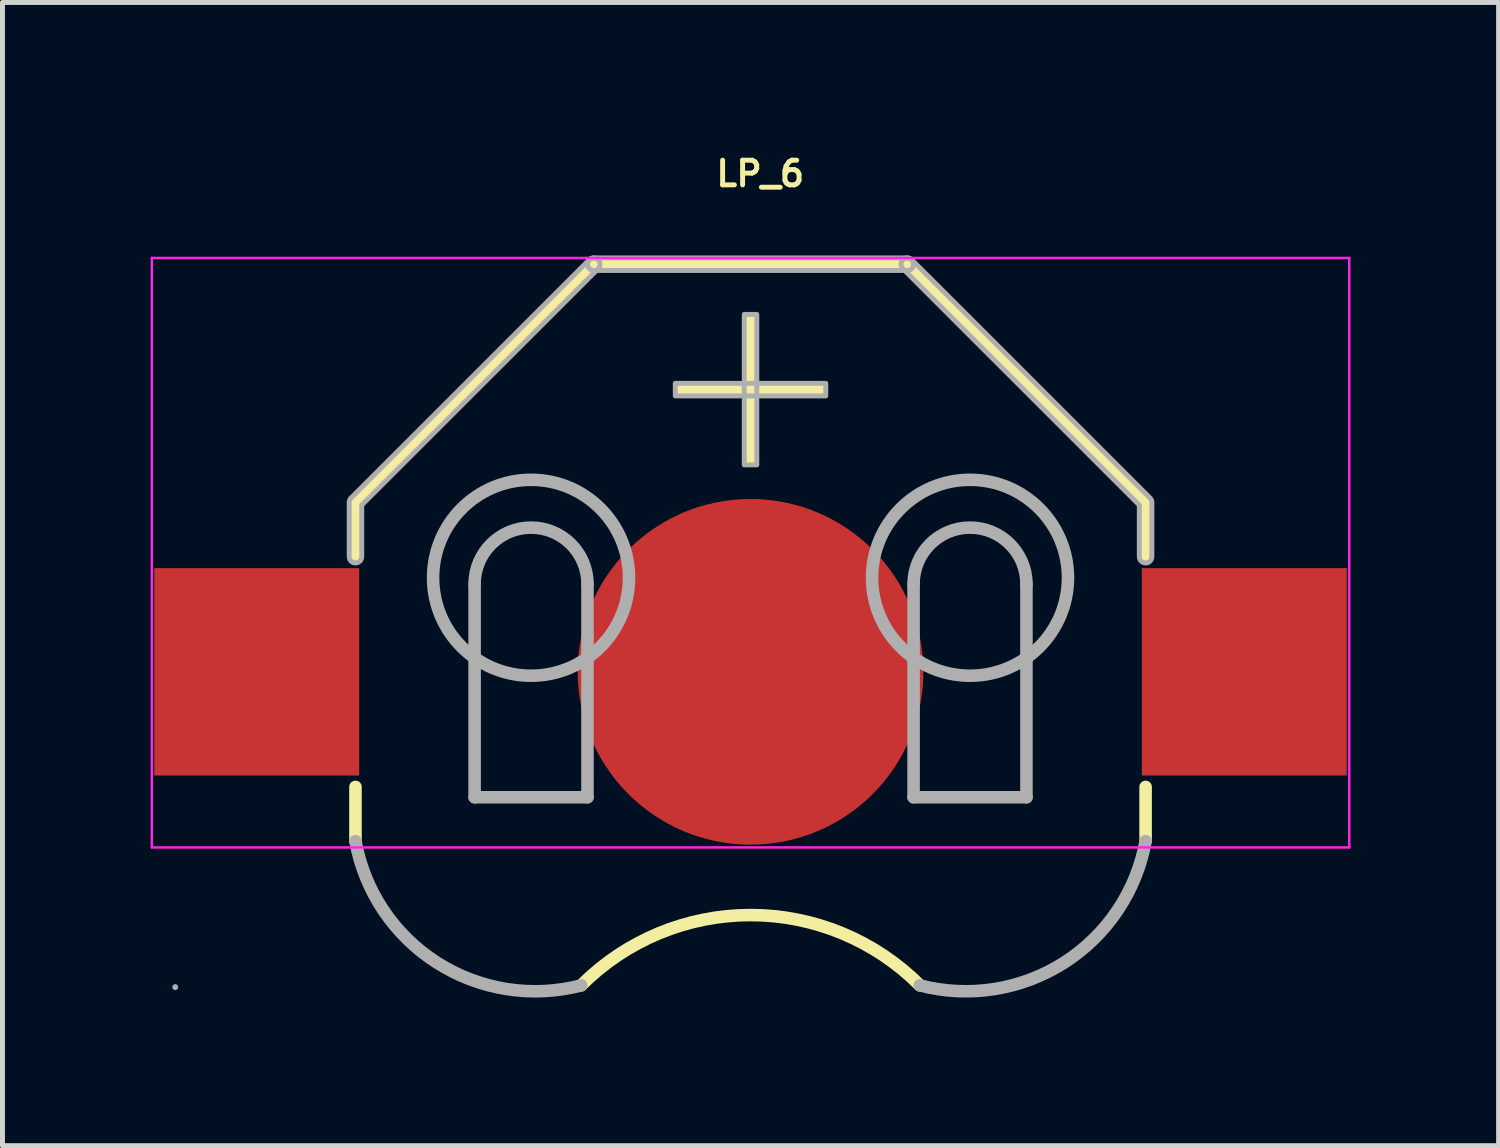
<source format=kicad_pcb>
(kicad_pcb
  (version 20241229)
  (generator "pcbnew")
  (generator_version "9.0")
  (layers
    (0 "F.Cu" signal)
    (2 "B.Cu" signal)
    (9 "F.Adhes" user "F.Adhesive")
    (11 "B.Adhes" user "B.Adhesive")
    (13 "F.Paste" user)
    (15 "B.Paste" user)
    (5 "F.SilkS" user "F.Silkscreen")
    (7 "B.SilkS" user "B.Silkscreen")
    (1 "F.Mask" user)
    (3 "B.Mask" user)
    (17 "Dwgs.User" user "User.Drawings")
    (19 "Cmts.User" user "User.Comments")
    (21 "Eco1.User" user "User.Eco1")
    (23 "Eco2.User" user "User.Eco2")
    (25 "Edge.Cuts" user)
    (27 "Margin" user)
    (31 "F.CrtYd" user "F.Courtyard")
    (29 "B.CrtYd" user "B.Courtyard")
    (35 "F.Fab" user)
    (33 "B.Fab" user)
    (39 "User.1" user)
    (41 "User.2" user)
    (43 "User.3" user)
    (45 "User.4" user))
  (footprint "LP_6"
    (layer "F.Cu")
    (at 12.15 8.143)
    (property "Reference" "LP_6" (at -0.75 -7.675 0) (layer "F.SilkS") (effects (font (size 0.5 0.5) (thickness 0.1)) (justify left)))
    (fp_line (start -8.001 -1.016) (end -8.001 0.081) (stroke (width 0.254) (type solid)) (layer "F.SilkS"))
    (fp_line (start -8.001 4.744) (end -8.001 5.842) (stroke (width 0.254) (type solid)) (layer "F.SilkS"))
    (fp_line (start -3.175 -5.842) (end -8.001 -1.016) (stroke (width 0.254) (type solid)) (layer "F.SilkS"))
    (fp_line (start -3.175 -5.842) (end 3.175 -5.842) (stroke (width 0.254) (type solid)) (layer "F.SilkS"))
    (fp_line (start 3.175 -5.842) (end 8.001 -1.016) (stroke (width 0.254) (type solid)) (layer "F.SilkS"))
    (fp_line (start 8.001 -1.016) (end 8.001 0.081) (stroke (width 0.254) (type solid)) (layer "F.SilkS"))
    (fp_line (start 8.001 4.744) (end 8.001 5.842) (stroke (width 0.254) (type solid)) (layer "F.SilkS"))
    (fp_arc (start -3.429177 8.762147) (mid 0 7.339) (end 3.429177 8.762147) (stroke (width 0.254) (type solid)) (layer "F.SilkS"))
    (fp_poly (pts (xy -1.524 -3.429) (xy 1.524 -3.429) (xy 1.524 -3.175) (xy -1.524 -3.175) (xy -1.524 -3.429)) (stroke (width 0) (type solid)) (fill yes) (layer "F.SilkS"))
    (fp_poly (pts (xy -0.127 -1.778) (xy -0.127 -4.826) (xy 0.127 -4.826) (xy 0.127 -1.778) (xy -0.127 -1.778)) (stroke (width 0) (type solid)) (fill yes) (layer "F.SilkS"))
    (fp_line (start -12.125 -5.969) (end -12.125 5.969) (stroke (width 0.05) (type solid)) (layer "F.CrtYd"))
    (fp_line (start -12.125 5.969) (end 12.125 5.969) (stroke (width 0.05) (type solid)) (layer "F.CrtYd"))
    (fp_line (start 12.125 -5.969) (end -12.125 -5.969) (stroke (width 0.05) (type solid)) (layer "F.CrtYd"))
    (fp_line (start 12.125 5.969) (end 12.125 -5.969) (stroke (width 0.05) (type solid)) (layer "F.CrtYd"))
    (fp_line (start -5.588 4.953) (end -5.588 0.635) (stroke (width 0.254) (type solid)) (layer "F.Fab"))
    (fp_line (start -5.588 4.953) (end -3.302 4.953) (stroke (width 0.254) (type solid)) (layer "F.Fab"))
    (fp_line (start -3.302 4.953) (end -3.302 0.635) (stroke (width 0.254) (type solid)) (layer "F.Fab"))
    (fp_line (start 3.302 4.953) (end 3.302 0.635) (stroke (width 0.254) (type solid)) (layer "F.Fab"))
    (fp_line (start 3.302 4.953) (end 5.588 4.953) (stroke (width 0.254) (type solid)) (layer "F.Fab"))
    (fp_line (start 5.588 4.953) (end 5.588 0.635) (stroke (width 0.254) (type solid)) (layer "F.Fab"))
    (fp_arc (start -11.621 8.798) (mid -11.681 8.798) (end -11.621 8.798) (stroke (width 0.06) (type solid)) (layer "F.Fab"))
    (fp_arc (start -5.588 0.635) (mid -4.445 -0.508) (end -3.302 0.635) (stroke (width 0.254) (type solid)) (layer "F.Fab"))
    (fp_arc (start -3.428661 8.763279) (mid -6.352933 8.30131) (end -8.001166 5.842019) (stroke (width 0.254) (type solid)) (layer "F.Fab"))
    (fp_arc (start -2.461 0.508) (mid -6.429 0.508) (end -2.461 0.508) (stroke (width 0.254) (type solid)) (layer "F.Fab"))
    (fp_arc (start 3.302 0.635) (mid 4.445 -0.508) (end 5.588 0.635) (stroke (width 0.254) (type solid)) (layer "F.Fab"))
    (fp_arc (start 6.429 0.508) (mid 2.461 0.508) (end 6.429 0.508) (stroke (width 0.254) (type solid)) (layer "F.Fab"))
    (fp_arc (start 8.001166 5.842019) (mid 6.352933 8.30131) (end 3.428661 8.763279) (stroke (width 0.254) (type solid)) (layer "F.Fab"))
    (fp_poly (pts (xy -1.524 -3.429) (xy 1.524 -3.429) (xy 1.524 -3.175) (xy -1.524 -3.175) (xy -1.524 -3.429)) (stroke (width 0.1) (type solid)) (fill no) (layer "F.Fab"))
    (fp_poly (pts (xy -0.127 -1.778) (xy -0.127 -4.826) (xy 0.127 -4.826) (xy 0.127 -1.778) (xy -0.127 -1.778)) (stroke (width 0.1) (type solid)) (fill no) (layer "F.Fab"))
    (fp_poly (pts (xy 3.175 -5.969) (xy 3.201 -5.966) (xy 3.227 -5.958) (xy 3.25 -5.945) (xy 3.269 -5.927) (xy 3.285 -5.905) (xy 3.296 -5.881) (xy 3.301 -5.855) (xy 3.301 -5.829) (xy 3.296 -5.803) (xy 3.285 -5.779) (xy 3.269 -5.757) (xy 3.25 -5.739) (xy 3.227 -5.726) (xy 3.201 -5.718) (xy 3.175 -5.715) (xy -3.175 -5.715) (xy -3.201 -5.718) (xy -3.227 -5.726) (xy -3.25 -5.739) (xy -3.269 -5.757) (xy -3.285 -5.779) (xy -3.296 -5.803) (xy -3.301 -5.829) (xy -3.301 -5.855) (xy -3.296 -5.881) (xy -3.285 -5.905) (xy -3.269 -5.927) (xy -3.25 -5.945) (xy -3.227 -5.958) (xy -3.201 -5.966) (xy -3.175 -5.969)) (stroke (width 0.1) (type solid)) (fill no) (layer "F.Fab"))
    (fp_poly (pts (xy -7.874 -0.964) (xy -7.874 0.081) (xy -7.877 0.107) (xy -7.885 0.133) (xy -7.898 0.156) (xy -7.916 0.175) (xy -7.938 0.191) (xy -7.962 0.202) (xy -7.988 0.207) (xy -8.014 0.207) (xy -8.04 0.202) (xy -8.065 0.191) (xy -8.086 0.175) (xy -8.104 0.156) (xy -8.117 0.133) (xy -8.125 0.107) (xy -8.128 0.081) (xy -8.128 -1.017) (xy -8.126 -1.042) (xy -8.118 -1.066) (xy -8.107 -1.088) (xy -8.091 -1.107) (xy -3.265 -5.932) (xy -3.244 -5.949) (xy -3.221 -5.961) (xy -3.195 -5.967) (xy -3.168 -5.969) (xy -3.142 -5.965) (xy -3.117 -5.955) (xy -3.095 -5.941) (xy -3.076 -5.922) (xy -3.062 -5.9) (xy -3.052 -5.875) (xy -3.048 -5.849) (xy -3.05 -5.822) (xy -3.056 -5.796) (xy -3.068 -5.773) (xy -3.085 -5.752)) (stroke (width 0.1) (type solid)) (fill no) (layer "F.Fab"))
    (fp_poly (pts (xy 8.091 -1.107) (xy 8.107 -1.088) (xy 8.118 -1.066) (xy 8.126 -1.042) (xy 8.128 -1.017) (xy 8.128 0.081) (xy 8.125 0.107) (xy 8.117 0.133) (xy 8.104 0.156) (xy 8.086 0.175) (xy 8.065 0.191) (xy 8.04 0.202) (xy 8.014 0.207) (xy 7.988 0.207) (xy 7.962 0.202) (xy 7.938 0.191) (xy 7.916 0.175) (xy 7.898 0.156) (xy 7.885 0.133) (xy 7.877 0.107) (xy 7.874 0.081) (xy 7.874 -0.964) (xy 3.085 -5.752) (xy 3.068 -5.773) (xy 3.056 -5.796) (xy 3.05 -5.822) (xy 3.048 -5.849) (xy 3.052 -5.875) (xy 3.062 -5.9) (xy 3.076 -5.922) (xy 3.095 -5.941) (xy 3.117 -5.955) (xy 3.142 -5.965) (xy 3.168 -5.969) (xy 3.195 -5.967) (xy 3.221 -5.961) (xy 3.244 -5.949) (xy 3.265 -5.932)) (stroke (width 0.1) (type solid)) (fill no) (layer "F.Fab"))
    (pad "1" smd rect (at 10 2.413) (size 4.15 4.2) (layers "F.Cu" "F.Mask" "F.Paste"))
    (pad "2" smd circle (at 0 2.413) (size 7 7) (layers "F.Cu" "F.Mask" "F.Paste"))
    (pad "3" smd rect (at -10 2.413) (size 4.15 4.2) (layers "F.Cu" "F.Mask" "F.Paste")))
  (gr_rect
    (start -3 -3)
    (end 27.3 20.153)
    (stroke (width 0.1) (type default))
    (fill no)
    (layer "Edge.Cuts")))
</source>
